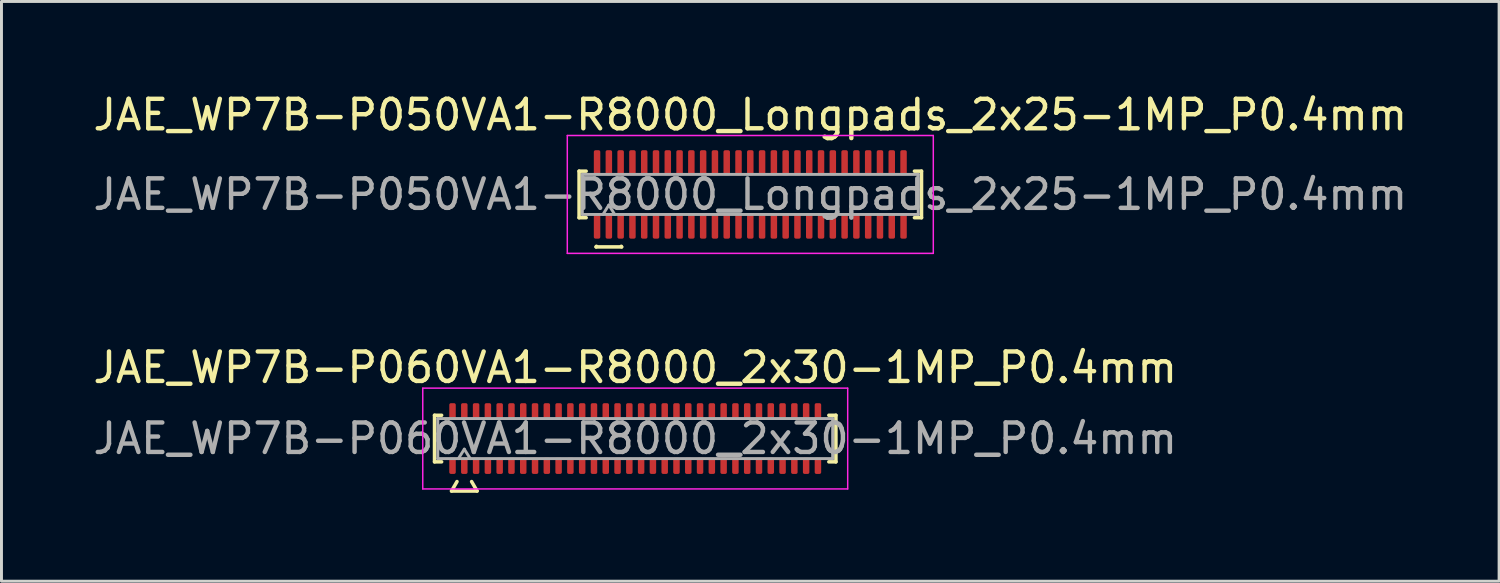
<source format=kicad_pcb>
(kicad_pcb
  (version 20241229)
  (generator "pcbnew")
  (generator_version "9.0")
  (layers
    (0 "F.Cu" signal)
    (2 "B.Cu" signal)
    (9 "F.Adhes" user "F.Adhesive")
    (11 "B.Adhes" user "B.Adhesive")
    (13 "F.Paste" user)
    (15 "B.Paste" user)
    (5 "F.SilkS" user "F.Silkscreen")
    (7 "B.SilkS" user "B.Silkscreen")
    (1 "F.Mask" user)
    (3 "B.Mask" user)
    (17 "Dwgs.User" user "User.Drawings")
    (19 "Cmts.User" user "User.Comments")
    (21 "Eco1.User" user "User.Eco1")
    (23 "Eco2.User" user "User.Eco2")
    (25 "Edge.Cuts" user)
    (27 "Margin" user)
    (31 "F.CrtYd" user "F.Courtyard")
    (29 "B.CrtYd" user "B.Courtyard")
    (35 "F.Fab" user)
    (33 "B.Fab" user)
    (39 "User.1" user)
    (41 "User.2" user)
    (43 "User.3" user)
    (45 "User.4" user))
  (footprint "JAE_WP7B-P060VA1-R8000_2x30-1MP_P0.4mm"
    (layer "F.Cu")
    (at 18.506 11.832)
    (property "Reference" "JAE_WP7B-P060VA1-R8000_2x30-1MP_P0.4mm" (at 0 -2.41 0) (layer "F.SilkS") (effects (font (size 1 1) (thickness 0.15))))
    (attr smd)
    (fp_line (start -6.81 -0.79) (end -6.57 -0.79) (stroke (width 0.12) (type solid)) (layer "F.SilkS"))
    (fp_line (start -6.81 0.79) (end -6.81 -0.79) (stroke (width 0.12) (type solid)) (layer "F.SilkS"))
    (fp_line (start -6.57 0.79) (end -6.81 0.79) (stroke (width 0.12) (type solid)) (layer "F.SilkS"))
    (fp_line (start -6.233 1.78) (end -6.048 1.46) (stroke (width 0.12) (type solid)) (layer "F.SilkS"))
    (fp_line (start -5.552 1.46) (end -5.367 1.78) (stroke (width 0.12) (type solid)) (layer "F.SilkS"))
    (fp_line (start -5.367 1.78) (end -6.233 1.78) (stroke (width 0.12) (type solid)) (layer "F.SilkS"))
    (fp_line (start 6.57 -0.79) (end 6.81 -0.79) (stroke (width 0.12) (type solid)) (layer "F.SilkS"))
    (fp_line (start 6.81 -0.79) (end 6.81 0.79) (stroke (width 0.12) (type solid)) (layer "F.SilkS"))
    (fp_line (start 6.81 0.79) (end 6.57 0.79) (stroke (width 0.12) (type solid)) (layer "F.SilkS"))
    (fp_line (start -7.21 -1.71) (end -7.21 1.71) (stroke (width 0.05) (type solid)) (layer "F.CrtYd"))
    (fp_line (start -7.21 1.71) (end 7.21 1.71) (stroke (width 0.05) (type solid)) (layer "F.CrtYd"))
    (fp_line (start 7.21 -1.71) (end -7.21 -1.71) (stroke (width 0.05) (type solid)) (layer "F.CrtYd"))
    (fp_line (start 7.21 1.71) (end 7.21 -1.71) (stroke (width 0.05) (type solid)) (layer "F.CrtYd"))
    (fp_line (start -6.7 -0.68) (end 6.7 -0.68) (stroke (width 0.1) (type solid)) (layer "F.Fab"))
    (fp_line (start -6.7 0.68) (end -6.7 -0.68) (stroke (width 0.1) (type solid)) (layer "F.Fab"))
    (fp_line (start -6 0.68) (end -5.8 0.36) (stroke (width 0.1) (type solid)) (layer "F.Fab"))
    (fp_line (start -5.8 0.36) (end -5.6 0.68) (stroke (width 0.1) (type solid)) (layer "F.Fab"))
    (fp_line (start 6.7 -0.68) (end 6.7 0.68) (stroke (width 0.1) (type solid)) (layer "F.Fab"))
    (fp_line (start 6.7 0.68) (end -6.7 0.68) (stroke (width 0.1) (type solid)) (layer "F.Fab"))
    (fp_text user "${REFERENCE}" (at 0 0 0) (layer "F.Fab") (effects (font (size 1 1) (thickness 0.15))))
    (pad "1" smd roundrect (at -5.8 0.925) (size 0.22 0.55) (layers "F.Cu" "F.Mask" "F.Paste") (roundrect_rratio 0.25))
    (pad "2" smd roundrect (at -5.8 -0.925) (size 0.22 0.55) (layers "F.Cu" "F.Mask" "F.Paste") (roundrect_rratio 0.25))
    (pad "3" smd roundrect (at -5.4 0.925) (size 0.22 0.55) (layers "F.Cu" "F.Mask" "F.Paste") (roundrect_rratio 0.25))
    (pad "4" smd roundrect (at -5.4 -0.925) (size 0.22 0.55) (layers "F.Cu" "F.Mask" "F.Paste") (roundrect_rratio 0.25))
    (pad "5" smd roundrect (at -5 0.925) (size 0.22 0.55) (layers "F.Cu" "F.Mask" "F.Paste") (roundrect_rratio 0.25))
    (pad "6" smd roundrect (at -5 -0.925) (size 0.22 0.55) (layers "F.Cu" "F.Mask" "F.Paste") (roundrect_rratio 0.25))
    (pad "7" smd roundrect (at -4.6 0.925) (size 0.22 0.55) (layers "F.Cu" "F.Mask" "F.Paste") (roundrect_rratio 0.25))
    (pad "8" smd roundrect (at -4.6 -0.925) (size 0.22 0.55) (layers "F.Cu" "F.Mask" "F.Paste") (roundrect_rratio 0.25))
    (pad "9" smd roundrect (at -4.2 0.925) (size 0.22 0.55) (layers "F.Cu" "F.Mask" "F.Paste") (roundrect_rratio 0.25))
    (pad "10" smd roundrect (at -4.2 -0.925) (size 0.22 0.55) (layers "F.Cu" "F.Mask" "F.Paste") (roundrect_rratio 0.25))
    (pad "11" smd roundrect (at -3.8 0.925) (size 0.22 0.55) (layers "F.Cu" "F.Mask" "F.Paste") (roundrect_rratio 0.25))
    (pad "12" smd roundrect (at -3.8 -0.925) (size 0.22 0.55) (layers "F.Cu" "F.Mask" "F.Paste") (roundrect_rratio 0.25))
    (pad "13" smd roundrect (at -3.4 0.925) (size 0.22 0.55) (layers "F.Cu" "F.Mask" "F.Paste") (roundrect_rratio 0.25))
    (pad "14" smd roundrect (at -3.4 -0.925) (size 0.22 0.55) (layers "F.Cu" "F.Mask" "F.Paste") (roundrect_rratio 0.25))
    (pad "15" smd roundrect (at -3 0.925) (size 0.22 0.55) (layers "F.Cu" "F.Mask" "F.Paste") (roundrect_rratio 0.25))
    (pad "16" smd roundrect (at -3 -0.925) (size 0.22 0.55) (layers "F.Cu" "F.Mask" "F.Paste") (roundrect_rratio 0.25))
    (pad "17" smd roundrect (at -2.6 0.925) (size 0.22 0.55) (layers "F.Cu" "F.Mask" "F.Paste") (roundrect_rratio 0.25))
    (pad "18" smd roundrect (at -2.6 -0.925) (size 0.22 0.55) (layers "F.Cu" "F.Mask" "F.Paste") (roundrect_rratio 0.25))
    (pad "19" smd roundrect (at -2.2 0.925) (size 0.22 0.55) (layers "F.Cu" "F.Mask" "F.Paste") (roundrect_rratio 0.25))
    (pad "20" smd roundrect (at -2.2 -0.925) (size 0.22 0.55) (layers "F.Cu" "F.Mask" "F.Paste") (roundrect_rratio 0.25))
    (pad "21" smd roundrect (at -1.8 0.925) (size 0.22 0.55) (layers "F.Cu" "F.Mask" "F.Paste") (roundrect_rratio 0.25))
    (pad "22" smd roundrect (at -1.8 -0.925) (size 0.22 0.55) (layers "F.Cu" "F.Mask" "F.Paste") (roundrect_rratio 0.25))
    (pad "23" smd roundrect (at -1.4 0.925) (size 0.22 0.55) (layers "F.Cu" "F.Mask" "F.Paste") (roundrect_rratio 0.25))
    (pad "24" smd roundrect (at -1.4 -0.925) (size 0.22 0.55) (layers "F.Cu" "F.Mask" "F.Paste") (roundrect_rratio 0.25))
    (pad "25" smd roundrect (at -1 0.925) (size 0.22 0.55) (layers "F.Cu" "F.Mask" "F.Paste") (roundrect_rratio 0.25))
    (pad "26" smd roundrect (at -1 -0.925) (size 0.22 0.55) (layers "F.Cu" "F.Mask" "F.Paste") (roundrect_rratio 0.25))
    (pad "27" smd roundrect (at -0.6 0.925) (size 0.22 0.55) (layers "F.Cu" "F.Mask" "F.Paste") (roundrect_rratio 0.25))
    (pad "28" smd roundrect (at -0.6 -0.925) (size 0.22 0.55) (layers "F.Cu" "F.Mask" "F.Paste") (roundrect_rratio 0.25))
    (pad "29" smd roundrect (at -0.2 0.925) (size 0.22 0.55) (layers "F.Cu" "F.Mask" "F.Paste") (roundrect_rratio 0.25))
    (pad "30" smd roundrect (at -0.2 -0.925) (size 0.22 0.55) (layers "F.Cu" "F.Mask" "F.Paste") (roundrect_rratio 0.25))
    (pad "31" smd roundrect (at 0.2 0.925) (size 0.22 0.55) (layers "F.Cu" "F.Mask" "F.Paste") (roundrect_rratio 0.25))
    (pad "32" smd roundrect (at 0.2 -0.925) (size 0.22 0.55) (layers "F.Cu" "F.Mask" "F.Paste") (roundrect_rratio 0.25))
    (pad "33" smd roundrect (at 0.6 0.925) (size 0.22 0.55) (layers "F.Cu" "F.Mask" "F.Paste") (roundrect_rratio 0.25))
    (pad "34" smd roundrect (at 0.6 -0.925) (size 0.22 0.55) (layers "F.Cu" "F.Mask" "F.Paste") (roundrect_rratio 0.25))
    (pad "35" smd roundrect (at 1 0.925) (size 0.22 0.55) (layers "F.Cu" "F.Mask" "F.Paste") (roundrect_rratio 0.25))
    (pad "36" smd roundrect (at 1 -0.925) (size 0.22 0.55) (layers "F.Cu" "F.Mask" "F.Paste") (roundrect_rratio 0.25))
    (pad "37" smd roundrect (at 1.4 0.925) (size 0.22 0.55) (layers "F.Cu" "F.Mask" "F.Paste") (roundrect_rratio 0.25))
    (pad "38" smd roundrect (at 1.4 -0.925) (size 0.22 0.55) (layers "F.Cu" "F.Mask" "F.Paste") (roundrect_rratio 0.25))
    (pad "39" smd roundrect (at 1.8 0.925) (size 0.22 0.55) (layers "F.Cu" "F.Mask" "F.Paste") (roundrect_rratio 0.25))
    (pad "40" smd roundrect (at 1.8 -0.925) (size 0.22 0.55) (layers "F.Cu" "F.Mask" "F.Paste") (roundrect_rratio 0.25))
    (pad "41" smd roundrect (at 2.2 0.925) (size 0.22 0.55) (layers "F.Cu" "F.Mask" "F.Paste") (roundrect_rratio 0.25))
    (pad "42" smd roundrect (at 2.2 -0.925) (size 0.22 0.55) (layers "F.Cu" "F.Mask" "F.Paste") (roundrect_rratio 0.25))
    (pad "43" smd roundrect (at 2.6 0.925) (size 0.22 0.55) (layers "F.Cu" "F.Mask" "F.Paste") (roundrect_rratio 0.25))
    (pad "44" smd roundrect (at 2.6 -0.925) (size 0.22 0.55) (layers "F.Cu" "F.Mask" "F.Paste") (roundrect_rratio 0.25))
    (pad "45" smd roundrect (at 3 0.925) (size 0.22 0.55) (layers "F.Cu" "F.Mask" "F.Paste") (roundrect_rratio 0.25))
    (pad "46" smd roundrect (at 3 -0.925) (size 0.22 0.55) (layers "F.Cu" "F.Mask" "F.Paste") (roundrect_rratio 0.25))
    (pad "47" smd roundrect (at 3.4 0.925) (size 0.22 0.55) (layers "F.Cu" "F.Mask" "F.Paste") (roundrect_rratio 0.25))
    (pad "48" smd roundrect (at 3.4 -0.925) (size 0.22 0.55) (layers "F.Cu" "F.Mask" "F.Paste") (roundrect_rratio 0.25))
    (pad "49" smd roundrect (at 3.8 0.925) (size 0.22 0.55) (layers "F.Cu" "F.Mask" "F.Paste") (roundrect_rratio 0.25))
    (pad "50" smd roundrect (at 3.8 -0.925) (size 0.22 0.55) (layers "F.Cu" "F.Mask" "F.Paste") (roundrect_rratio 0.25))
    (pad "51" smd roundrect (at 4.2 0.925) (size 0.22 0.55) (layers "F.Cu" "F.Mask" "F.Paste") (roundrect_rratio 0.25))
    (pad "52" smd roundrect (at 4.2 -0.925) (size 0.22 0.55) (layers "F.Cu" "F.Mask" "F.Paste") (roundrect_rratio 0.25))
    (pad "53" smd roundrect (at 4.6 0.925) (size 0.22 0.55) (layers "F.Cu" "F.Mask" "F.Paste") (roundrect_rratio 0.25))
    (pad "54" smd roundrect (at 4.6 -0.925) (size 0.22 0.55) (layers "F.Cu" "F.Mask" "F.Paste") (roundrect_rratio 0.25))
    (pad "55" smd roundrect (at 5 0.925) (size 0.22 0.55) (layers "F.Cu" "F.Mask" "F.Paste") (roundrect_rratio 0.25))
    (pad "56" smd roundrect (at 5 -0.925) (size 0.22 0.55) (layers "F.Cu" "F.Mask" "F.Paste") (roundrect_rratio 0.25))
    (pad "57" smd roundrect (at 5.4 0.925) (size 0.22 0.55) (layers "F.Cu" "F.Mask" "F.Paste") (roundrect_rratio 0.25))
    (pad "58" smd roundrect (at 5.4 -0.925) (size 0.22 0.55) (layers "F.Cu" "F.Mask" "F.Paste") (roundrect_rratio 0.25))
    (pad "59" smd roundrect (at 5.8 0.925) (size 0.22 0.55) (layers "F.Cu" "F.Mask" "F.Paste") (roundrect_rratio 0.25))
    (pad "60" smd roundrect (at 5.8 -0.925) (size 0.22 0.55) (layers "F.Cu" "F.Mask" "F.Paste") (roundrect_rratio 0.25))
    (pad "MP" smd roundrect (at -6.2 -0.925) (size 0.22 0.55) (layers "F.Cu" "F.Mask" "F.Paste") (roundrect_rratio 0.25))
    (pad "MP" smd roundrect (at -6.2 0.925) (size 0.22 0.55) (layers "F.Cu" "F.Mask" "F.Paste") (roundrect_rratio 0.25))
    (pad "MP" smd roundrect (at 6.2 -0.925) (size 0.22 0.55) (layers "F.Cu" "F.Mask" "F.Paste") (roundrect_rratio 0.25))
    (pad "MP" smd roundrect (at 6.2 0.925) (size 0.22 0.55) (layers "F.Cu" "F.Mask" "F.Paste") (roundrect_rratio 0.25)))
  (footprint "JAE_WP7B-P050VA1-R8000_Longpads_2x25-1MP_P0.4mm"
    (layer "F.Cu")
    (at 22.411 3.548)
    (property "Reference" "JAE_WP7B-P050VA1-R8000_Longpads_2x25-1MP_P0.4mm" (at 0 -2.7 0) (layer "F.SilkS") (effects (font (size 1 1) (thickness 0.15))))
    (attr smd)
    (fp_line (start -5.81 -0.79) (end -5.57 -0.79) (stroke (width 0.12) (type solid)) (layer "F.SilkS"))
    (fp_line (start -5.81 0.79) (end -5.81 -0.79) (stroke (width 0.12) (type solid)) (layer "F.SilkS"))
    (fp_line (start -5.57 0.79) (end -5.81 0.79) (stroke (width 0.12) (type solid)) (layer "F.SilkS"))
    (fp_line (start -5.233 1.78) (end -5.221 1.76) (stroke (width 0.12) (type solid)) (layer "F.SilkS"))
    (fp_line (start -4.379 1.76) (end -4.367 1.78) (stroke (width 0.12) (type solid)) (layer "F.SilkS"))
    (fp_line (start -4.367 1.78) (end -5.233 1.78) (stroke (width 0.12) (type solid)) (layer "F.SilkS"))
    (fp_line (start 5.57 -0.79) (end 5.81 -0.79) (stroke (width 0.12) (type solid)) (layer "F.SilkS"))
    (fp_line (start 5.81 -0.79) (end 5.81 0.79) (stroke (width 0.12) (type solid)) (layer "F.SilkS"))
    (fp_line (start 5.81 0.79) (end 5.57 0.79) (stroke (width 0.12) (type solid)) (layer "F.SilkS"))
    (fp_line (start -6.21 -2) (end -6.21 2) (stroke (width 0.05) (type solid)) (layer "F.CrtYd"))
    (fp_line (start -6.21 2) (end 6.21 2) (stroke (width 0.05) (type solid)) (layer "F.CrtYd"))
    (fp_line (start 6.21 -2) (end -6.21 -2) (stroke (width 0.05) (type solid)) (layer "F.CrtYd"))
    (fp_line (start 6.21 2) (end 6.21 -2) (stroke (width 0.05) (type solid)) (layer "F.CrtYd"))
    (fp_line (start -5.7 -0.68) (end 5.7 -0.68) (stroke (width 0.1) (type solid)) (layer "F.Fab"))
    (fp_line (start -5.7 0.68) (end -5.7 -0.68) (stroke (width 0.1) (type solid)) (layer "F.Fab"))
    (fp_line (start -5 0.68) (end -4.8 0.36) (stroke (width 0.1) (type solid)) (layer "F.Fab"))
    (fp_line (start -4.8 0.36) (end -4.6 0.68) (stroke (width 0.1) (type solid)) (layer "F.Fab"))
    (fp_line (start 5.7 -0.68) (end 5.7 0.68) (stroke (width 0.1) (type solid)) (layer "F.Fab"))
    (fp_line (start 5.7 0.68) (end -5.7 0.68) (stroke (width 0.1) (type solid)) (layer "F.Fab"))
    (fp_text user "${REFERENCE}" (at 0 0 0) (layer "F.Fab") (effects (font (size 1 1) (thickness 0.15))))
    (pad "1" smd roundrect (at -4.8 1.075) (size 0.22 0.85) (layers "F.Cu" "F.Mask" "F.Paste") (roundrect_rratio 0.25))
    (pad "2" smd roundrect (at -4.8 -1.075) (size 0.22 0.85) (layers "F.Cu" "F.Mask" "F.Paste") (roundrect_rratio 0.25))
    (pad "3" smd roundrect (at -4.4 1.075) (size 0.22 0.85) (layers "F.Cu" "F.Mask" "F.Paste") (roundrect_rratio 0.25))
    (pad "4" smd roundrect (at -4.4 -1.075) (size 0.22 0.85) (layers "F.Cu" "F.Mask" "F.Paste") (roundrect_rratio 0.25))
    (pad "5" smd roundrect (at -4 1.075) (size 0.22 0.85) (layers "F.Cu" "F.Mask" "F.Paste") (roundrect_rratio 0.25))
    (pad "6" smd roundrect (at -4 -1.075) (size 0.22 0.85) (layers "F.Cu" "F.Mask" "F.Paste") (roundrect_rratio 0.25))
    (pad "7" smd roundrect (at -3.6 1.075) (size 0.22 0.85) (layers "F.Cu" "F.Mask" "F.Paste") (roundrect_rratio 0.25))
    (pad "8" smd roundrect (at -3.6 -1.075) (size 0.22 0.85) (layers "F.Cu" "F.Mask" "F.Paste") (roundrect_rratio 0.25))
    (pad "9" smd roundrect (at -3.2 1.075) (size 0.22 0.85) (layers "F.Cu" "F.Mask" "F.Paste") (roundrect_rratio 0.25))
    (pad "10" smd roundrect (at -3.2 -1.075) (size 0.22 0.85) (layers "F.Cu" "F.Mask" "F.Paste") (roundrect_rratio 0.25))
    (pad "11" smd roundrect (at -2.8 1.075) (size 0.22 0.85) (layers "F.Cu" "F.Mask" "F.Paste") (roundrect_rratio 0.25))
    (pad "12" smd roundrect (at -2.8 -1.075) (size 0.22 0.85) (layers "F.Cu" "F.Mask" "F.Paste") (roundrect_rratio 0.25))
    (pad "13" smd roundrect (at -2.4 1.075) (size 0.22 0.85) (layers "F.Cu" "F.Mask" "F.Paste") (roundrect_rratio 0.25))
    (pad "14" smd roundrect (at -2.4 -1.075) (size 0.22 0.85) (layers "F.Cu" "F.Mask" "F.Paste") (roundrect_rratio 0.25))
    (pad "15" smd roundrect (at -2 1.075) (size 0.22 0.85) (layers "F.Cu" "F.Mask" "F.Paste") (roundrect_rratio 0.25))
    (pad "16" smd roundrect (at -2 -1.075) (size 0.22 0.85) (layers "F.Cu" "F.Mask" "F.Paste") (roundrect_rratio 0.25))
    (pad "17" smd roundrect (at -1.6 1.075) (size 0.22 0.85) (layers "F.Cu" "F.Mask" "F.Paste") (roundrect_rratio 0.25))
    (pad "18" smd roundrect (at -1.6 -1.075) (size 0.22 0.85) (layers "F.Cu" "F.Mask" "F.Paste") (roundrect_rratio 0.25))
    (pad "19" smd roundrect (at -1.2 1.075) (size 0.22 0.85) (layers "F.Cu" "F.Mask" "F.Paste") (roundrect_rratio 0.25))
    (pad "20" smd roundrect (at -1.2 -1.075) (size 0.22 0.85) (layers "F.Cu" "F.Mask" "F.Paste") (roundrect_rratio 0.25))
    (pad "21" smd roundrect (at -0.8 1.075) (size 0.22 0.85) (layers "F.Cu" "F.Mask" "F.Paste") (roundrect_rratio 0.25))
    (pad "22" smd roundrect (at -0.8 -1.075) (size 0.22 0.85) (layers "F.Cu" "F.Mask" "F.Paste") (roundrect_rratio 0.25))
    (pad "23" smd roundrect (at -0.4 1.075) (size 0.22 0.85) (layers "F.Cu" "F.Mask" "F.Paste") (roundrect_rratio 0.25))
    (pad "24" smd roundrect (at -0.4 -1.075) (size 0.22 0.85) (layers "F.Cu" "F.Mask" "F.Paste") (roundrect_rratio 0.25))
    (pad "25" smd roundrect (at 0 1.075) (size 0.22 0.85) (layers "F.Cu" "F.Mask" "F.Paste") (roundrect_rratio 0.25))
    (pad "26" smd roundrect (at 0 -1.075) (size 0.22 0.85) (layers "F.Cu" "F.Mask" "F.Paste") (roundrect_rratio 0.25))
    (pad "27" smd roundrect (at 0.4 1.075) (size 0.22 0.85) (layers "F.Cu" "F.Mask" "F.Paste") (roundrect_rratio 0.25))
    (pad "28" smd roundrect (at 0.4 -1.075) (size 0.22 0.85) (layers "F.Cu" "F.Mask" "F.Paste") (roundrect_rratio 0.25))
    (pad "29" smd roundrect (at 0.8 1.075) (size 0.22 0.85) (layers "F.Cu" "F.Mask" "F.Paste") (roundrect_rratio 0.25))
    (pad "30" smd roundrect (at 0.8 -1.075) (size 0.22 0.85) (layers "F.Cu" "F.Mask" "F.Paste") (roundrect_rratio 0.25))
    (pad "31" smd roundrect (at 1.2 1.075) (size 0.22 0.85) (layers "F.Cu" "F.Mask" "F.Paste") (roundrect_rratio 0.25))
    (pad "32" smd roundrect (at 1.2 -1.075) (size 0.22 0.85) (layers "F.Cu" "F.Mask" "F.Paste") (roundrect_rratio 0.25))
    (pad "33" smd roundrect (at 1.6 1.075) (size 0.22 0.85) (layers "F.Cu" "F.Mask" "F.Paste") (roundrect_rratio 0.25))
    (pad "34" smd roundrect (at 1.6 -1.075) (size 0.22 0.85) (layers "F.Cu" "F.Mask" "F.Paste") (roundrect_rratio 0.25))
    (pad "35" smd roundrect (at 2 1.075) (size 0.22 0.85) (layers "F.Cu" "F.Mask" "F.Paste") (roundrect_rratio 0.25))
    (pad "36" smd roundrect (at 2 -1.075) (size 0.22 0.85) (layers "F.Cu" "F.Mask" "F.Paste") (roundrect_rratio 0.25))
    (pad "37" smd roundrect (at 2.4 1.075) (size 0.22 0.85) (layers "F.Cu" "F.Mask" "F.Paste") (roundrect_rratio 0.25))
    (pad "38" smd roundrect (at 2.4 -1.075) (size 0.22 0.85) (layers "F.Cu" "F.Mask" "F.Paste") (roundrect_rratio 0.25))
    (pad "39" smd roundrect (at 2.8 1.075) (size 0.22 0.85) (layers "F.Cu" "F.Mask" "F.Paste") (roundrect_rratio 0.25))
    (pad "40" smd roundrect (at 2.8 -1.075) (size 0.22 0.85) (layers "F.Cu" "F.Mask" "F.Paste") (roundrect_rratio 0.25))
    (pad "41" smd roundrect (at 3.2 1.075) (size 0.22 0.85) (layers "F.Cu" "F.Mask" "F.Paste") (roundrect_rratio 0.25))
    (pad "42" smd roundrect (at 3.2 -1.075) (size 0.22 0.85) (layers "F.Cu" "F.Mask" "F.Paste") (roundrect_rratio 0.25))
    (pad "43" smd roundrect (at 3.6 1.075) (size 0.22 0.85) (layers "F.Cu" "F.Mask" "F.Paste") (roundrect_rratio 0.25))
    (pad "44" smd roundrect (at 3.6 -1.075) (size 0.22 0.85) (layers "F.Cu" "F.Mask" "F.Paste") (roundrect_rratio 0.25))
    (pad "45" smd roundrect (at 4 1.075) (size 0.22 0.85) (layers "F.Cu" "F.Mask" "F.Paste") (roundrect_rratio 0.25))
    (pad "46" smd roundrect (at 4 -1.075) (size 0.22 0.85) (layers "F.Cu" "F.Mask" "F.Paste") (roundrect_rratio 0.25))
    (pad "47" smd roundrect (at 4.4 1.075) (size 0.22 0.85) (layers "F.Cu" "F.Mask" "F.Paste") (roundrect_rratio 0.25))
    (pad "48" smd roundrect (at 4.4 -1.075) (size 0.22 0.85) (layers "F.Cu" "F.Mask" "F.Paste") (roundrect_rratio 0.25))
    (pad "49" smd roundrect (at 4.8 1.075) (size 0.22 0.85) (layers "F.Cu" "F.Mask" "F.Paste") (roundrect_rratio 0.25))
    (pad "50" smd roundrect (at 4.8 -1.075) (size 0.22 0.85) (layers "F.Cu" "F.Mask" "F.Paste") (roundrect_rratio 0.25))
    (pad "MP" smd roundrect (at -5.2 -1.075) (size 0.22 0.85) (layers "F.Cu" "F.Mask" "F.Paste") (roundrect_rratio 0.25))
    (pad "MP" smd roundrect (at -5.2 1.075) (size 0.22 0.85) (layers "F.Cu" "F.Mask" "F.Paste") (roundrect_rratio 0.25))
    (pad "MP" smd roundrect (at 5.2 -1.075) (size 0.22 0.85) (layers "F.Cu" "F.Mask" "F.Paste") (roundrect_rratio 0.25))
    (pad "MP" smd roundrect (at 5.2 1.075) (size 0.22 0.85) (layers "F.Cu" "F.Mask" "F.Paste") (roundrect_rratio 0.25)))
  (gr_rect
    (start -3 -3)
    (end 47.821 16.672)
    (stroke (width 0.1) (type default))
    (fill no)
    (layer "Edge.Cuts")))
</source>
